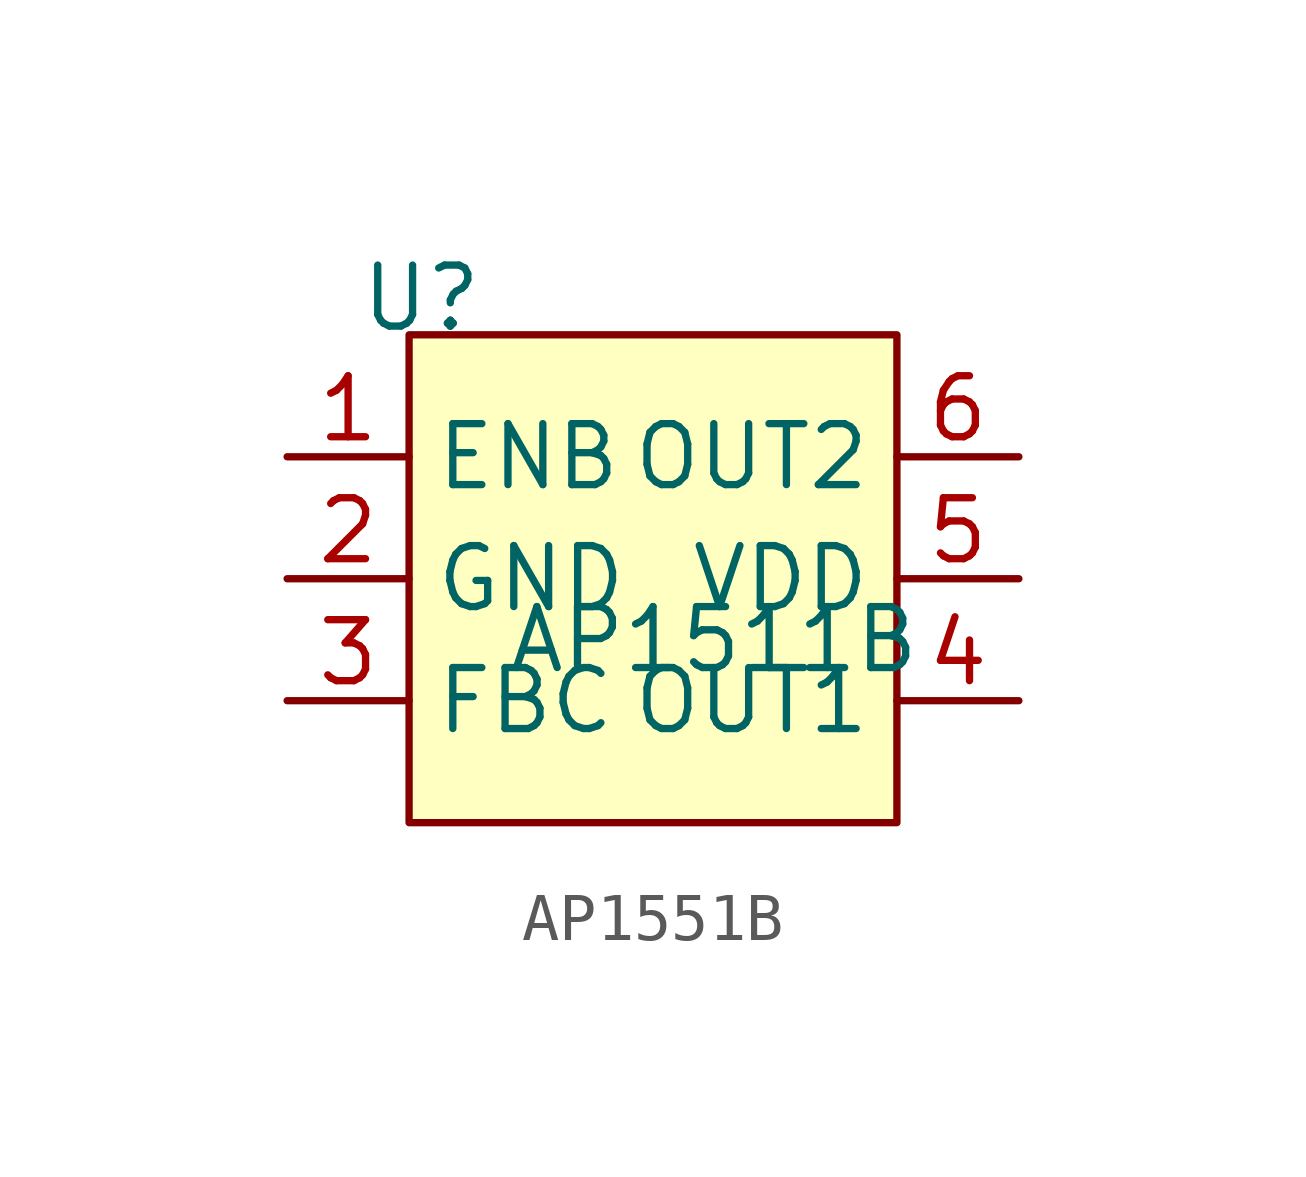
<source format=kicad_sym>
(kicad_symbol_lib
  (version 20241209)
  (generator "kicad_symbol_editor")
  (generator_version "9.0")
  (symbol "AP1551B"
    (property "Reference" "U"
      (at -4.826 5.842 0)
      (effects (font (size 1.27 1.27))))
    (property "Value" "AP1511B"
      (at 1.27 -1.27 0)
      (effects (font (size 1.27 1.27))))
    (symbol "AP1551B_1_1"
      (rectangle (start -5.08 5.08) (end 5.08 -5.08) (stroke (width 0) (type solid)) (fill (type background)))
      (pin input line (at -7.62 2.54 0) (length 2.54) (name "ENB" (effects (font (size 1.27 1.27)))) (number "1" (effects (font (size 1.27 1.27)))))
      (pin power_out line (at -7.62 0 0) (length 2.54) (name "GND" (effects (font (size 1.27 1.27)))) (number "2" (effects (font (size 1.27 1.27)))))
      (pin input line (at -7.62 -2.54 0) (length 2.54) (name "FBC" (effects (font (size 1.27 1.27)))) (number "3" (effects (font (size 1.27 1.27)))))
      (pin output line (at 7.62 2.54 180) (length 2.54) (name "OUT2" (effects (font (size 1.27 1.27)))) (number "6" (effects (font (size 1.27 1.27)))))
      (pin power_in line (at 7.62 0 180) (length 2.54) (name "VDD" (effects (font (size 1.27 1.27)))) (number "5" (effects (font (size 1.27 1.27)))))
      (pin output line (at 7.62 -2.54 180) (length 2.54) (name "OUT1" (effects (font (size 1.27 1.27)))) (number "4" (effects (font (size 1.27 1.27))))))))
</source>
